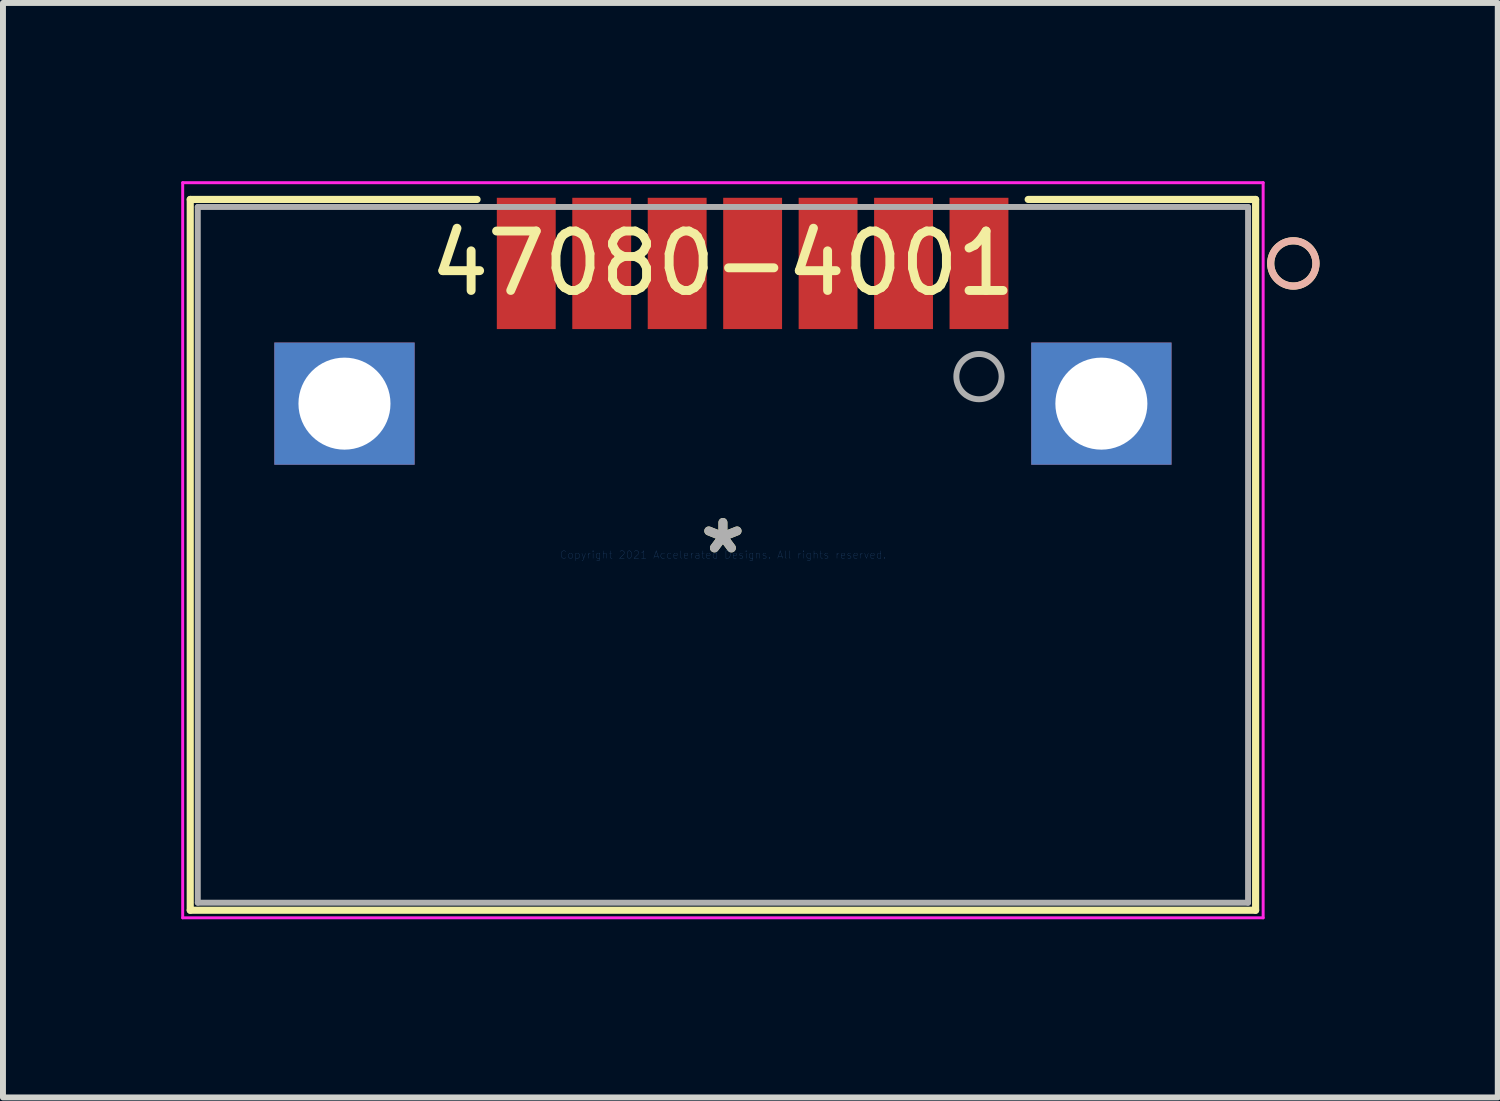
<source format=kicad_pcb>
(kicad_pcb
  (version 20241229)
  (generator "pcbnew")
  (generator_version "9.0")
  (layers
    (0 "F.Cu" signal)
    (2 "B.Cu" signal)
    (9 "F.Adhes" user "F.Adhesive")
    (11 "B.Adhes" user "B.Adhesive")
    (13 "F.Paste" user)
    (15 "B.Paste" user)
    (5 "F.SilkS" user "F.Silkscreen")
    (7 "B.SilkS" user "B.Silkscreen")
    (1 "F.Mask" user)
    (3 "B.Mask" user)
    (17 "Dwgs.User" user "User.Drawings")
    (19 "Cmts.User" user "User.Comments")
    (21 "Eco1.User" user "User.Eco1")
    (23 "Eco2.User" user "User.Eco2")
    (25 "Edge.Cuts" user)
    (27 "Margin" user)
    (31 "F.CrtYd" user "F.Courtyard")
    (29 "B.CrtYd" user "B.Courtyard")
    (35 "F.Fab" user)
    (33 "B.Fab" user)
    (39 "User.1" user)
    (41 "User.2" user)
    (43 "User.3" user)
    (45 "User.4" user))
  (footprint "47080-4001"
    (layer "F.Cu")
    (at 9.118 6.289)
    (property "Reference" "47080-4001" (at 0 -4.905 0) (layer "F.SilkS") (effects (font (size 1 1) (thickness 0.15))))
    (attr through_hole)
    (fp_line (start -8.966 -5.982) (end -8.966 5.982) (stroke (width 0.12) (type solid)) (layer "F.SilkS"))
    (fp_line (start -8.966 5.982) (end 8.966 5.982) (stroke (width 0.12) (type solid)) (layer "F.SilkS"))
    (fp_line (start -4.138 -5.982) (end -8.966 -5.982) (stroke (width 0.12) (type solid)) (layer "F.SilkS"))
    (fp_line (start 8.966 -5.982) (end 5.138 -5.982) (stroke (width 0.12) (type solid)) (layer "F.SilkS"))
    (fp_line (start 8.966 5.982) (end 8.966 -5.982) (stroke (width 0.12) (type solid)) (layer "F.SilkS"))
    (fp_circle (center 9.601 -4.905) (end 9.982 -4.905) (stroke (width 0.12) (type solid)) (fill no) (layer "F.SilkS"))
    (fp_circle (center 9.601 -4.905) (end 9.982 -4.905) (stroke (width 0.12) (type solid)) (fill no) (layer "B.SilkS"))
    (fp_line (start -9.093 -6.264) (end -9.093 6.109) (stroke (width 0.05) (type solid)) (layer "F.CrtYd"))
    (fp_line (start -9.093 6.109) (end 9.093 6.109) (stroke (width 0.05) (type solid)) (layer "F.CrtYd"))
    (fp_line (start 9.093 -6.264) (end -9.093 -6.264) (stroke (width 0.05) (type solid)) (layer "F.CrtYd"))
    (fp_line (start 9.093 6.109) (end 9.093 -6.264) (stroke (width 0.05) (type solid)) (layer "F.CrtYd"))
    (fp_line (start -8.839 -5.855) (end -8.839 5.855) (stroke (width 0.1) (type solid)) (layer "F.Fab"))
    (fp_line (start -8.839 5.855) (end 8.839 5.855) (stroke (width 0.1) (type solid)) (layer "F.Fab"))
    (fp_line (start 8.839 -5.855) (end -8.839 -5.855) (stroke (width 0.1) (type solid)) (layer "F.Fab"))
    (fp_line (start 8.839 5.855) (end 8.839 -5.855) (stroke (width 0.1) (type solid)) (layer "F.Fab"))
    (fp_circle (center 4.31 -3) (end 4.691 -3) (stroke (width 0.1) (type solid)) (fill no) (layer "F.Fab"))
    (fp_text user "*" (at 0 0 0) (layer "F.SilkS") (effects (font (size 1 1) (thickness 0.15))))
    (fp_text user "Copyright 2021 Accelerated Designs. All rights reserved." (at 0 0 0) (layer "Cmts.User") (effects (font (size 0.127 0.127) (thickness 0.002))))
    (fp_text user "*" (at 0 0 0) (layer "F.Fab") (effects (font (size 1 1) (thickness 0.15))))
    (pad "1" smd rect (at 4.31 -4.905) (size 0.991 2.21) (layers "F.Cu" "F.Mask" "F.Paste"))
    (pad "2" smd rect (at 3.04 -4.905) (size 0.991 2.21) (layers "F.Cu" "F.Mask" "F.Paste"))
    (pad "3" smd rect (at 1.77 -4.905) (size 0.991 2.21) (layers "F.Cu" "F.Mask" "F.Paste"))
    (pad "4" smd rect (at 0.5 -4.905) (size 0.991 2.21) (layers "F.Cu" "F.Mask" "F.Paste"))
    (pad "5" smd rect (at -0.77 -4.905) (size 0.991 2.21) (layers "F.Cu" "F.Mask" "F.Paste"))
    (pad "6" smd rect (at -2.04 -4.905) (size 0.991 2.21) (layers "F.Cu" "F.Mask" "F.Paste"))
    (pad "7" smd rect (at -3.31 -4.905) (size 0.991 2.21) (layers "F.Cu" "F.Mask" "F.Paste"))
    (pad "8" thru_hole rect (at -6.37 -2.545 90) (size 2.057 2.362) (drill 1.549) (layers "*.Cu" "*.Mask"))
    (pad "9" thru_hole rect (at 6.37 -2.545 90) (size 2.057 2.362) (drill 1.549) (layers "*.Cu" "*.Mask")))
  (gr_rect
    (start -3 -3)
    (end 22.16 15.422)
    (stroke (width 0.1) (type default))
    (fill no)
    (layer "Edge.Cuts")))
</source>
